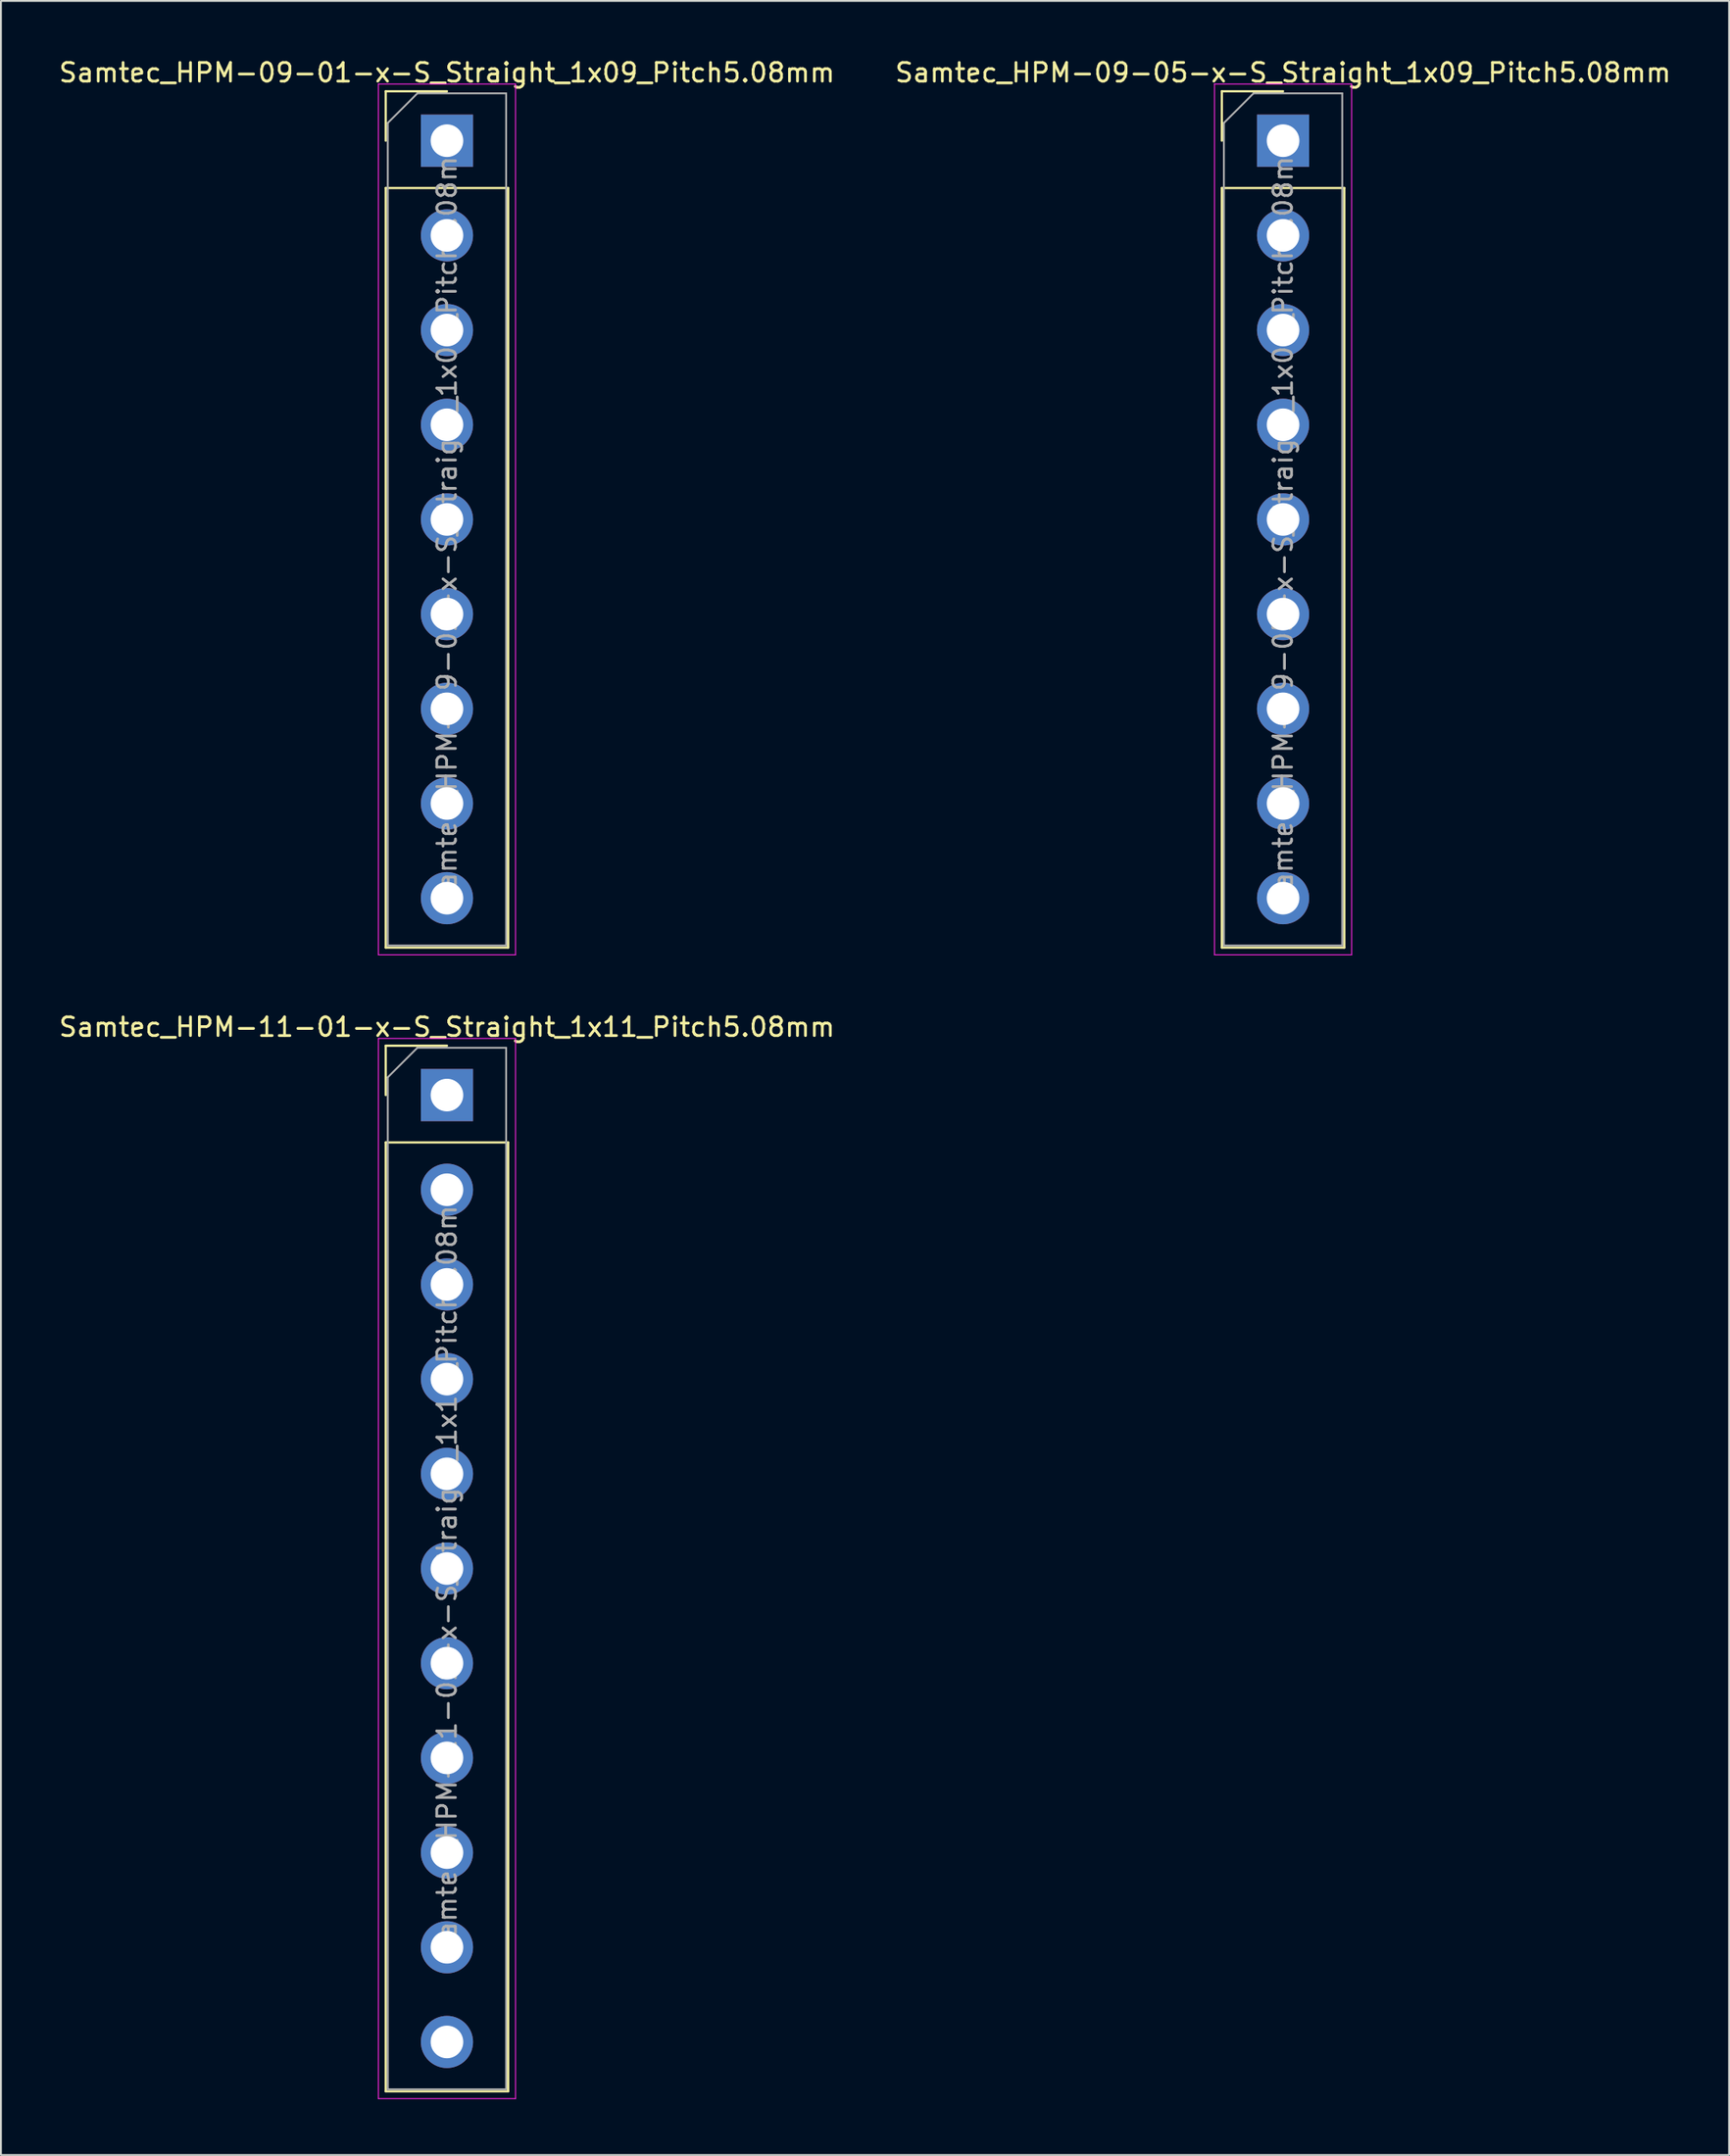
<source format=kicad_pcb>
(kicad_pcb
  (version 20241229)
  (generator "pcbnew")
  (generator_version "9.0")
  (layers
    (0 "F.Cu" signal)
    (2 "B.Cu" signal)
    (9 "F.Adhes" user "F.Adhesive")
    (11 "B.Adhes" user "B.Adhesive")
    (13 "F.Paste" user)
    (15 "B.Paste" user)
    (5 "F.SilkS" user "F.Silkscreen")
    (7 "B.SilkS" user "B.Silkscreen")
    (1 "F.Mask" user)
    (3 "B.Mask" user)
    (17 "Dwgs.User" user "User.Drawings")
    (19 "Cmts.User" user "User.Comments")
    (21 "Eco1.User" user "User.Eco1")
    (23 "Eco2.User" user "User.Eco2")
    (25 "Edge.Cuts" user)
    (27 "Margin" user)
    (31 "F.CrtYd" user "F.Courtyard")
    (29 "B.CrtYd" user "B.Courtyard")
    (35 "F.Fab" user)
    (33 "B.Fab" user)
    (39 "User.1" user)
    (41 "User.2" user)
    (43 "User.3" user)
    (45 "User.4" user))
  (footprint "Samtec_HPM-09-05-x-S_Straight_1x09_Pitch5.08mm"
    (layer "F.Cu")
    (at 65.804 4.498)
    (property "Reference" "Samtec_HPM-09-05-x-S_Straight_1x09_Pitch5.08mm" (at 0 -3.65 0) (layer "F.SilkS") (effects (font (size 1 1) (thickness 0.15))))
    (attr through_hole)
    (fp_line (start -3.285 -2.65) (end 0 -2.65) (stroke (width 0.12) (type solid)) (layer "F.SilkS"))
    (fp_line (start -3.285 0) (end -3.285 -2.65) (stroke (width 0.12) (type solid)) (layer "F.SilkS"))
    (fp_line (start -3.285 2.54) (end -3.285 43.29) (stroke (width 0.12) (type solid)) (layer "F.SilkS"))
    (fp_line (start -3.285 2.54) (end 3.285 2.54) (stroke (width 0.12) (type solid)) (layer "F.SilkS"))
    (fp_line (start -3.285 43.29) (end 3.285 43.29) (stroke (width 0.12) (type solid)) (layer "F.SilkS"))
    (fp_line (start 3.285 2.54) (end 3.285 43.29) (stroke (width 0.12) (type solid)) (layer "F.SilkS"))
    (fp_line (start -3.68 -3.04) (end -3.68 43.68) (stroke (width 0.05) (type solid)) (layer "F.CrtYd"))
    (fp_line (start -3.68 43.68) (end 3.68 43.68) (stroke (width 0.05) (type solid)) (layer "F.CrtYd"))
    (fp_line (start 3.68 -3.04) (end -3.68 -3.04) (stroke (width 0.05) (type solid)) (layer "F.CrtYd"))
    (fp_line (start 3.68 43.68) (end 3.68 -3.04) (stroke (width 0.05) (type solid)) (layer "F.CrtYd"))
    (fp_line (start -3.175 -0.953) (end -1.587 -2.54) (stroke (width 0.1) (type solid)) (layer "F.Fab"))
    (fp_line (start -3.175 43.18) (end -3.175 -0.953) (stroke (width 0.1) (type solid)) (layer "F.Fab"))
    (fp_line (start -1.587 -2.54) (end 3.175 -2.54) (stroke (width 0.1) (type solid)) (layer "F.Fab"))
    (fp_line (start 3.175 -2.54) (end 3.175 43.18) (stroke (width 0.1) (type solid)) (layer "F.Fab"))
    (fp_line (start 3.175 43.18) (end -3.175 43.18) (stroke (width 0.1) (type solid)) (layer "F.Fab"))
    (fp_text user "${REFERENCE}" (at 0 20.32 90) (layer "F.Fab") (effects (font (size 1 1) (thickness 0.15))))
    (pad "1" thru_hole rect (at 0 0) (size 2.8 2.8) (drill 1.75) (layers "*.Cu" "*.Mask"))
    (pad "2" thru_hole circle (at 0 5.08) (size 2.8 2.8) (drill 1.75) (layers "*.Cu" "*.Mask"))
    (pad "3" thru_hole circle (at 0 10.16) (size 2.8 2.8) (drill 1.75) (layers "*.Cu" "*.Mask"))
    (pad "4" thru_hole circle (at 0 15.24) (size 2.8 2.8) (drill 1.75) (layers "*.Cu" "*.Mask"))
    (pad "5" thru_hole circle (at 0 20.32) (size 2.8 2.8) (drill 1.75) (layers "*.Cu" "*.Mask"))
    (pad "6" thru_hole circle (at 0 25.4) (size 2.8 2.8) (drill 1.75) (layers "*.Cu" "*.Mask"))
    (pad "7" thru_hole circle (at 0 30.48) (size 2.8 2.8) (drill 1.75) (layers "*.Cu" "*.Mask"))
    (pad "8" thru_hole circle (at 0 35.56) (size 2.8 2.8) (drill 1.75) (layers "*.Cu" "*.Mask"))
    (pad "9" thru_hole circle (at 0 40.64) (size 2.8 2.8) (drill 1.75) (layers "*.Cu" "*.Mask")))
  (footprint "Samtec_HPM-09-01-x-S_Straight_1x09_Pitch5.08mm"
    (layer "F.Cu")
    (at 20.935 4.498)
    (property "Reference" "Samtec_HPM-09-01-x-S_Straight_1x09_Pitch5.08mm" (at 0 -3.65 0) (layer "F.SilkS") (effects (font (size 1 1) (thickness 0.15))))
    (attr through_hole)
    (fp_line (start -3.285 -2.65) (end 0 -2.65) (stroke (width 0.12) (type solid)) (layer "F.SilkS"))
    (fp_line (start -3.285 0) (end -3.285 -2.65) (stroke (width 0.12) (type solid)) (layer "F.SilkS"))
    (fp_line (start -3.285 2.54) (end -3.285 43.29) (stroke (width 0.12) (type solid)) (layer "F.SilkS"))
    (fp_line (start -3.285 2.54) (end 3.285 2.54) (stroke (width 0.12) (type solid)) (layer "F.SilkS"))
    (fp_line (start -3.285 43.29) (end 3.285 43.29) (stroke (width 0.12) (type solid)) (layer "F.SilkS"))
    (fp_line (start 3.285 2.54) (end 3.285 43.29) (stroke (width 0.12) (type solid)) (layer "F.SilkS"))
    (fp_line (start -3.68 -3.04) (end -3.68 43.68) (stroke (width 0.05) (type solid)) (layer "F.CrtYd"))
    (fp_line (start -3.68 43.68) (end 3.68 43.68) (stroke (width 0.05) (type solid)) (layer "F.CrtYd"))
    (fp_line (start 3.68 -3.04) (end -3.68 -3.04) (stroke (width 0.05) (type solid)) (layer "F.CrtYd"))
    (fp_line (start 3.68 43.68) (end 3.68 -3.04) (stroke (width 0.05) (type solid)) (layer "F.CrtYd"))
    (fp_line (start -3.175 -0.953) (end -1.587 -2.54) (stroke (width 0.1) (type solid)) (layer "F.Fab"))
    (fp_line (start -3.175 43.18) (end -3.175 -0.953) (stroke (width 0.1) (type solid)) (layer "F.Fab"))
    (fp_line (start -1.587 -2.54) (end 3.175 -2.54) (stroke (width 0.1) (type solid)) (layer "F.Fab"))
    (fp_line (start 3.175 -2.54) (end 3.175 43.18) (stroke (width 0.1) (type solid)) (layer "F.Fab"))
    (fp_line (start 3.175 43.18) (end -3.175 43.18) (stroke (width 0.1) (type solid)) (layer "F.Fab"))
    (fp_text user "${REFERENCE}" (at 0 20.32 90) (layer "F.Fab") (effects (font (size 1 1) (thickness 0.15))))
    (pad "1" thru_hole rect (at 0 0) (size 2.8 2.8) (drill 1.75) (layers "*.Cu" "*.Mask"))
    (pad "2" thru_hole circle (at 0 5.08) (size 2.8 2.8) (drill 1.75) (layers "*.Cu" "*.Mask"))
    (pad "3" thru_hole circle (at 0 10.16) (size 2.8 2.8) (drill 1.75) (layers "*.Cu" "*.Mask"))
    (pad "4" thru_hole circle (at 0 15.24) (size 2.8 2.8) (drill 1.75) (layers "*.Cu" "*.Mask"))
    (pad "5" thru_hole circle (at 0 20.32) (size 2.8 2.8) (drill 1.75) (layers "*.Cu" "*.Mask"))
    (pad "6" thru_hole circle (at 0 25.4) (size 2.8 2.8) (drill 1.75) (layers "*.Cu" "*.Mask"))
    (pad "7" thru_hole circle (at 0 30.48) (size 2.8 2.8) (drill 1.75) (layers "*.Cu" "*.Mask"))
    (pad "8" thru_hole circle (at 0 35.56) (size 2.8 2.8) (drill 1.75) (layers "*.Cu" "*.Mask"))
    (pad "9" thru_hole circle (at 0 40.64) (size 2.8 2.8) (drill 1.75) (layers "*.Cu" "*.Mask")))
  (footprint "Samtec_HPM-11-01-x-S_Straight_1x11_Pitch5.08mm"
    (layer "F.Cu")
    (at 20.935 55.702)
    (property "Reference" "Samtec_HPM-11-01-x-S_Straight_1x11_Pitch5.08mm" (at 0 -3.65 0) (layer "F.SilkS") (effects (font (size 1 1) (thickness 0.15))))
    (attr through_hole)
    (fp_line (start -3.285 -2.65) (end 0 -2.65) (stroke (width 0.12) (type solid)) (layer "F.SilkS"))
    (fp_line (start -3.285 0) (end -3.285 -2.65) (stroke (width 0.12) (type solid)) (layer "F.SilkS"))
    (fp_line (start -3.285 2.54) (end -3.285 53.45) (stroke (width 0.12) (type solid)) (layer "F.SilkS"))
    (fp_line (start -3.285 2.54) (end 3.285 2.54) (stroke (width 0.12) (type solid)) (layer "F.SilkS"))
    (fp_line (start -3.285 53.45) (end 3.285 53.45) (stroke (width 0.12) (type solid)) (layer "F.SilkS"))
    (fp_line (start 3.285 2.54) (end 3.285 53.45) (stroke (width 0.12) (type solid)) (layer "F.SilkS"))
    (fp_line (start -3.68 -3.04) (end -3.68 53.84) (stroke (width 0.05) (type solid)) (layer "F.CrtYd"))
    (fp_line (start -3.68 53.84) (end 3.68 53.84) (stroke (width 0.05) (type solid)) (layer "F.CrtYd"))
    (fp_line (start 3.68 -3.04) (end -3.68 -3.04) (stroke (width 0.05) (type solid)) (layer "F.CrtYd"))
    (fp_line (start 3.68 53.84) (end 3.68 -3.04) (stroke (width 0.05) (type solid)) (layer "F.CrtYd"))
    (fp_line (start -3.175 -0.953) (end -1.587 -2.54) (stroke (width 0.1) (type solid)) (layer "F.Fab"))
    (fp_line (start -3.175 53.34) (end -3.175 -0.953) (stroke (width 0.1) (type solid)) (layer "F.Fab"))
    (fp_line (start -1.587 -2.54) (end 3.175 -2.54) (stroke (width 0.1) (type solid)) (layer "F.Fab"))
    (fp_line (start 3.175 -2.54) (end 3.175 53.34) (stroke (width 0.1) (type solid)) (layer "F.Fab"))
    (fp_line (start 3.175 53.34) (end -3.175 53.34) (stroke (width 0.1) (type solid)) (layer "F.Fab"))
    (fp_text user "${REFERENCE}" (at 0 25.4 90) (layer "F.Fab") (effects (font (size 1 1) (thickness 0.15))))
    (pad "1" thru_hole rect (at 0 0) (size 2.8 2.8) (drill 1.75) (layers "*.Cu" "*.Mask"))
    (pad "2" thru_hole circle (at 0 5.08) (size 2.8 2.8) (drill 1.75) (layers "*.Cu" "*.Mask"))
    (pad "3" thru_hole circle (at 0 10.16) (size 2.8 2.8) (drill 1.75) (layers "*.Cu" "*.Mask"))
    (pad "4" thru_hole circle (at 0 15.24) (size 2.8 2.8) (drill 1.75) (layers "*.Cu" "*.Mask"))
    (pad "5" thru_hole circle (at 0 20.32) (size 2.8 2.8) (drill 1.75) (layers "*.Cu" "*.Mask"))
    (pad "6" thru_hole circle (at 0 25.4) (size 2.8 2.8) (drill 1.75) (layers "*.Cu" "*.Mask"))
    (pad "7" thru_hole circle (at 0 30.48) (size 2.8 2.8) (drill 1.75) (layers "*.Cu" "*.Mask"))
    (pad "8" thru_hole circle (at 0 35.56) (size 2.8 2.8) (drill 1.75) (layers "*.Cu" "*.Mask"))
    (pad "9" thru_hole circle (at 0 40.64) (size 2.8 2.8) (drill 1.75) (layers "*.Cu" "*.Mask"))
    (pad "10" thru_hole circle (at 0 45.72) (size 2.8 2.8) (drill 1.75) (layers "*.Cu" "*.Mask"))
    (pad "11" thru_hole circle (at 0 50.8) (size 2.8 2.8) (drill 1.75) (layers "*.Cu" "*.Mask")))
  (gr_rect
    (start -3 -3)
    (end 89.738 112.567)
    (stroke (width 0.1) (type default))
    (fill no)
    (layer "Edge.Cuts")))
</source>
